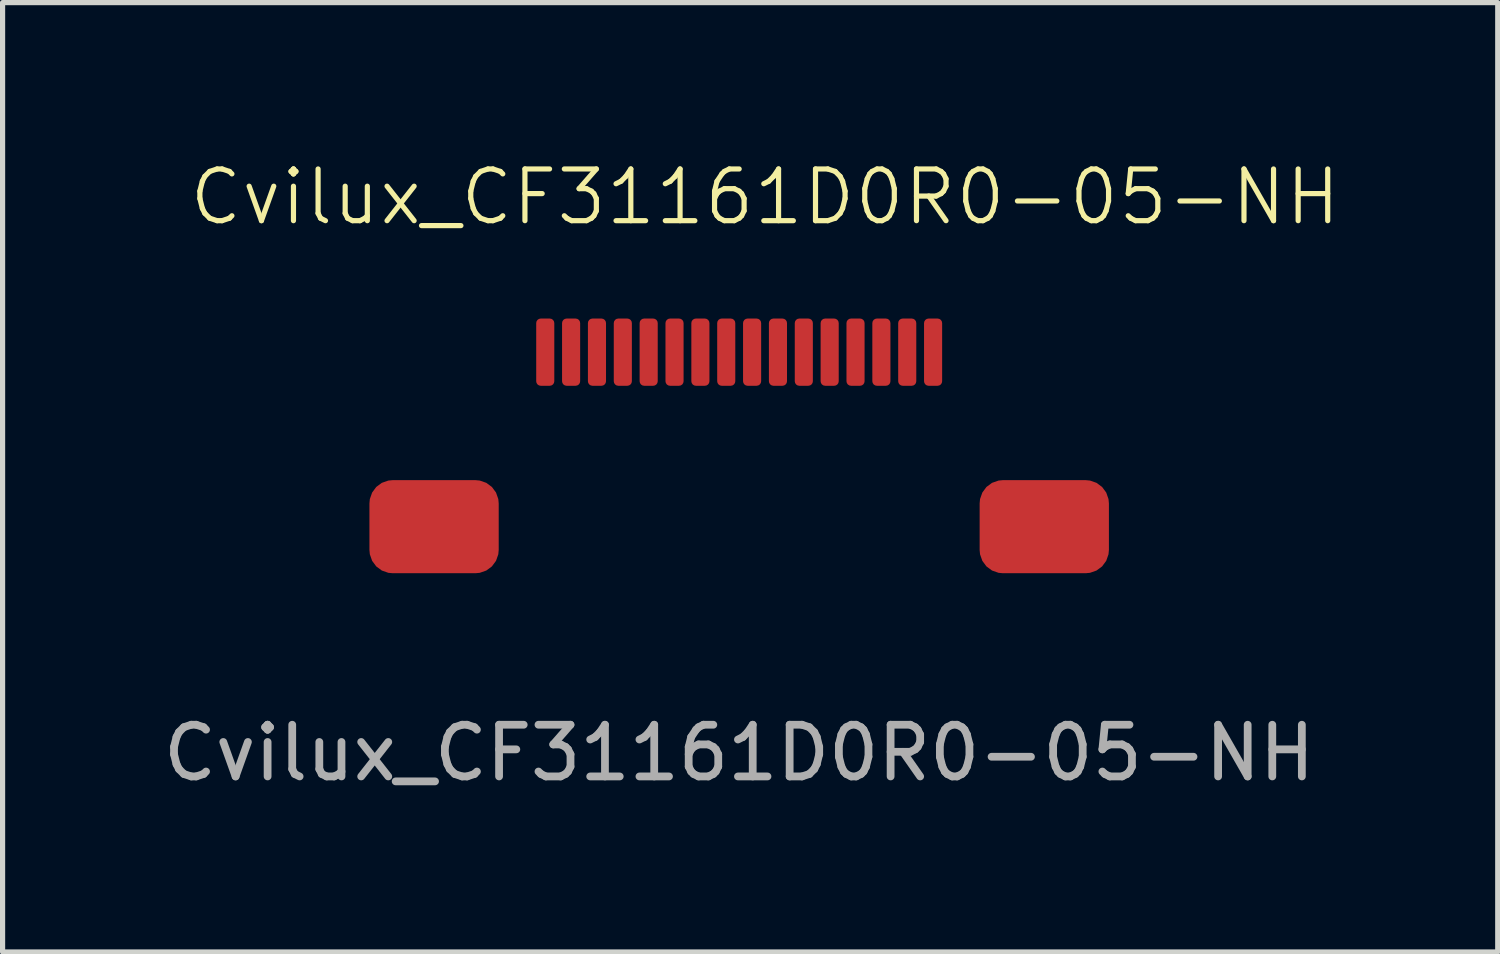
<source format=kicad_pcb>
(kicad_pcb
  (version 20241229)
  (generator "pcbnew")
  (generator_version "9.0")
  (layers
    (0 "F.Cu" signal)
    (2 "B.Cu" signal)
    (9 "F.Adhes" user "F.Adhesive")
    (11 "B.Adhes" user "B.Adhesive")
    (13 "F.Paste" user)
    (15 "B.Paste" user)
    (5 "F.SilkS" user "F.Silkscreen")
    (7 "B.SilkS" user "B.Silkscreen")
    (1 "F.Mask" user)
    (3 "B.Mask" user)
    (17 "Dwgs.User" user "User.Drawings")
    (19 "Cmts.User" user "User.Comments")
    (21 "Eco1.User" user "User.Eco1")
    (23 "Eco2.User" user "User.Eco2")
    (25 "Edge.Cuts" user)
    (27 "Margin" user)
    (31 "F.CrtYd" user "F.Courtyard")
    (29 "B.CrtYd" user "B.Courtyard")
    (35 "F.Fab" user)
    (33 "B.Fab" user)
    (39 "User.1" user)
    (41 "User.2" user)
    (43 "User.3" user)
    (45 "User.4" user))
  (footprint "Cvilux_CF31161D0R0-05-NH"
    (layer "F.Cu")
    (at 11.244 3.76)
    (property "Reference" "Cvilux_CF31161D0R0-05-NH" (at 0.5 -3 0) (unlocked yes) (layer "F.SilkS") (effects (font (size 1 1) (thickness 0.1))))
    (attr smd)
    (fp_text user "${REFERENCE}" (at 0 7.75 0) (unlocked yes) (layer "F.Fab") (effects (font (size 1 1) (thickness 0.15))))
    (pad "" smd roundrect (at -5.9 3.375 90) (size 1.8 2.5) (layers "F.Cu" "F.Mask" "F.Paste") (roundrect_rratio 0.25))
    (pad "" smd roundrect (at 5.9 3.375 90) (size 1.8 2.5) (layers "F.Cu" "F.Mask" "F.Paste") (roundrect_rratio 0.25))
    (pad "1" smd roundrect (at 3.75 0 90) (size 1.3 0.35) (layers "F.Cu" "F.Mask" "F.Paste") (roundrect_rratio 0.25))
    (pad "2" smd roundrect (at 3.25 0 90) (size 1.3 0.35) (layers "F.Cu" "F.Mask" "F.Paste") (roundrect_rratio 0.25))
    (pad "3" smd roundrect (at 2.75 0 90) (size 1.3 0.35) (layers "F.Cu" "F.Mask" "F.Paste") (roundrect_rratio 0.25))
    (pad "4" smd roundrect (at 2.25 0 90) (size 1.3 0.35) (layers "F.Cu" "F.Mask" "F.Paste") (roundrect_rratio 0.25))
    (pad "5" smd roundrect (at 1.75 0 90) (size 1.3 0.35) (layers "F.Cu" "F.Mask" "F.Paste") (roundrect_rratio 0.25))
    (pad "6" smd roundrect (at 1.25 0 90) (size 1.3 0.35) (layers "F.Cu" "F.Mask" "F.Paste") (roundrect_rratio 0.25))
    (pad "7" smd roundrect (at 0.75 0 90) (size 1.3 0.35) (layers "F.Cu" "F.Mask" "F.Paste") (roundrect_rratio 0.25))
    (pad "8" smd roundrect (at 0.25 0 90) (size 1.3 0.35) (layers "F.Cu" "F.Mask" "F.Paste") (roundrect_rratio 0.25))
    (pad "9" smd roundrect (at -0.25 0 90) (size 1.3 0.35) (layers "F.Cu" "F.Mask" "F.Paste") (roundrect_rratio 0.25))
    (pad "10" smd roundrect (at -0.75 0 90) (size 1.3 0.35) (layers "F.Cu" "F.Mask" "F.Paste") (roundrect_rratio 0.25))
    (pad "11" smd roundrect (at -1.25 0 90) (size 1.3 0.35) (layers "F.Cu" "F.Mask" "F.Paste") (roundrect_rratio 0.25))
    (pad "12" smd roundrect (at -1.75 0 90) (size 1.3 0.35) (layers "F.Cu" "F.Mask" "F.Paste") (roundrect_rratio 0.25))
    (pad "13" smd roundrect (at -2.25 0 90) (size 1.3 0.35) (layers "F.Cu" "F.Mask" "F.Paste") (roundrect_rratio 0.25))
    (pad "14" smd roundrect (at -2.75 0 90) (size 1.3 0.35) (layers "F.Cu" "F.Mask" "F.Paste") (roundrect_rratio 0.25))
    (pad "15" smd roundrect (at -3.25 0 90) (size 1.3 0.35) (layers "F.Cu" "F.Mask" "F.Paste") (roundrect_rratio 0.25))
    (pad "16" smd roundrect (at -3.75 0 90) (size 1.3 0.35) (layers "F.Cu" "F.Mask" "F.Paste") (roundrect_rratio 0.25)))
  (gr_rect
    (start -3 -3)
    (end 25.913 15.359)
    (stroke (width 0.1) (type default))
    (fill no)
    (layer "Edge.Cuts")))
</source>
